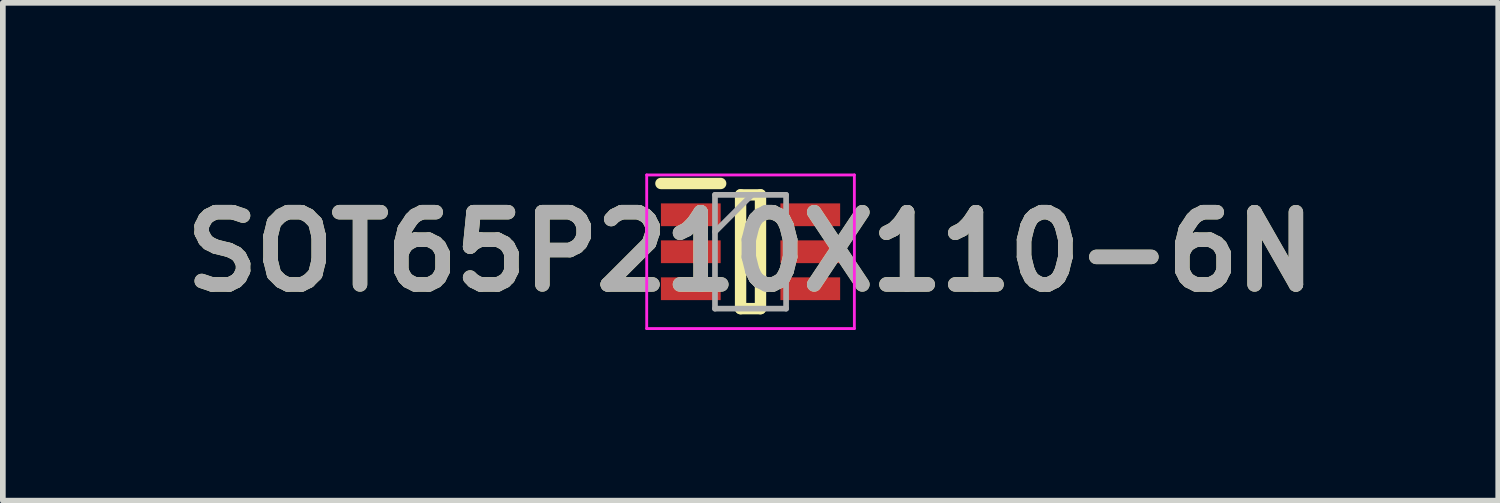
<source format=kicad_pcb>
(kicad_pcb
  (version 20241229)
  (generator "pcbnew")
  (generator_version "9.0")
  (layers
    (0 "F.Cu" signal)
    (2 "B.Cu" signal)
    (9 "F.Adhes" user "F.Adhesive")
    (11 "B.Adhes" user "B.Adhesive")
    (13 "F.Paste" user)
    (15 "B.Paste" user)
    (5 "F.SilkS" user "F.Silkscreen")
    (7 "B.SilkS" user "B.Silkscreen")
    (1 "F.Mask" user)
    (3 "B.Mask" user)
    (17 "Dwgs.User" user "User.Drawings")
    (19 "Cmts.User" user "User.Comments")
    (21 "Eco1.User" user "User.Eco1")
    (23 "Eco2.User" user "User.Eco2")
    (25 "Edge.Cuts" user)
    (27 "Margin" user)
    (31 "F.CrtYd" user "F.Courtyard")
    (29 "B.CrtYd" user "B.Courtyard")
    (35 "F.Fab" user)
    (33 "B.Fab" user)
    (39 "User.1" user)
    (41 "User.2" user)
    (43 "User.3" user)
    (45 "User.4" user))
  (footprint "SOT65P210X110-6N"
    (layer "F.Cu")
    (at 10.142 1.375)
    (property "Reference" "SOT65P210X110-6N" (at 0 0 0) (layer "F.SilkS") (effects (font (size 1.27 1.27) (thickness 0.254))))
    (attr smd)
    (fp_line (start -1.575 -1.2) (end -0.525 -1.2) (stroke (width 0.2) (type solid)) (layer "F.SilkS"))
    (fp_line (start -0.175 -1) (end 0.175 -1) (stroke (width 0.2) (type solid)) (layer "F.SilkS"))
    (fp_line (start -0.175 1) (end -0.175 -1) (stroke (width 0.2) (type solid)) (layer "F.SilkS"))
    (fp_line (start 0.175 -1) (end 0.175 1) (stroke (width 0.2) (type solid)) (layer "F.SilkS"))
    (fp_line (start 0.175 1) (end -0.175 1) (stroke (width 0.2) (type solid)) (layer "F.SilkS"))
    (fp_line (start -1.825 -1.35) (end 1.825 -1.35) (stroke (width 0.05) (type solid)) (layer "F.CrtYd"))
    (fp_line (start -1.825 1.35) (end -1.825 -1.35) (stroke (width 0.05) (type solid)) (layer "F.CrtYd"))
    (fp_line (start 1.825 -1.35) (end 1.825 1.35) (stroke (width 0.05) (type solid)) (layer "F.CrtYd"))
    (fp_line (start 1.825 1.35) (end -1.825 1.35) (stroke (width 0.05) (type solid)) (layer "F.CrtYd"))
    (fp_line (start -0.625 -1) (end 0.625 -1) (stroke (width 0.1) (type solid)) (layer "F.Fab"))
    (fp_line (start -0.625 -0.35) (end 0.025 -1) (stroke (width 0.1) (type solid)) (layer "F.Fab"))
    (fp_line (start -0.625 1) (end -0.625 -1) (stroke (width 0.1) (type solid)) (layer "F.Fab"))
    (fp_line (start 0.625 -1) (end 0.625 1) (stroke (width 0.1) (type solid)) (layer "F.Fab"))
    (fp_line (start 0.625 1) (end -0.625 1) (stroke (width 0.1) (type solid)) (layer "F.Fab"))
    (fp_text user "${REFERENCE}" (at 0 0 0) (layer "F.Fab") (effects (font (size 1.27 1.27) (thickness 0.254))))
    (pad "1" smd rect (at -1.05 -0.65 90) (size 0.4 1.05) (layers "F.Cu" "F.Mask" "F.Paste"))
    (pad "2" smd rect (at -1.05 0 90) (size 0.4 1.05) (layers "F.Cu" "F.Mask" "F.Paste"))
    (pad "3" smd rect (at -1.05 0.65 90) (size 0.4 1.05) (layers "F.Cu" "F.Mask" "F.Paste"))
    (pad "4" smd rect (at 1.05 0.65 90) (size 0.4 1.05) (layers "F.Cu" "F.Mask" "F.Paste"))
    (pad "5" smd rect (at 1.05 0 90) (size 0.4 1.05) (layers "F.Cu" "F.Mask" "F.Paste"))
    (pad "6" smd rect (at 1.05 -0.65 90) (size 0.4 1.05) (layers "F.Cu" "F.Mask" "F.Paste")))
  (gr_rect
    (start -3 -3)
    (end 23.284 5.75)
    (stroke (width 0.1) (type default))
    (fill no)
    (layer "Edge.Cuts")))
</source>
